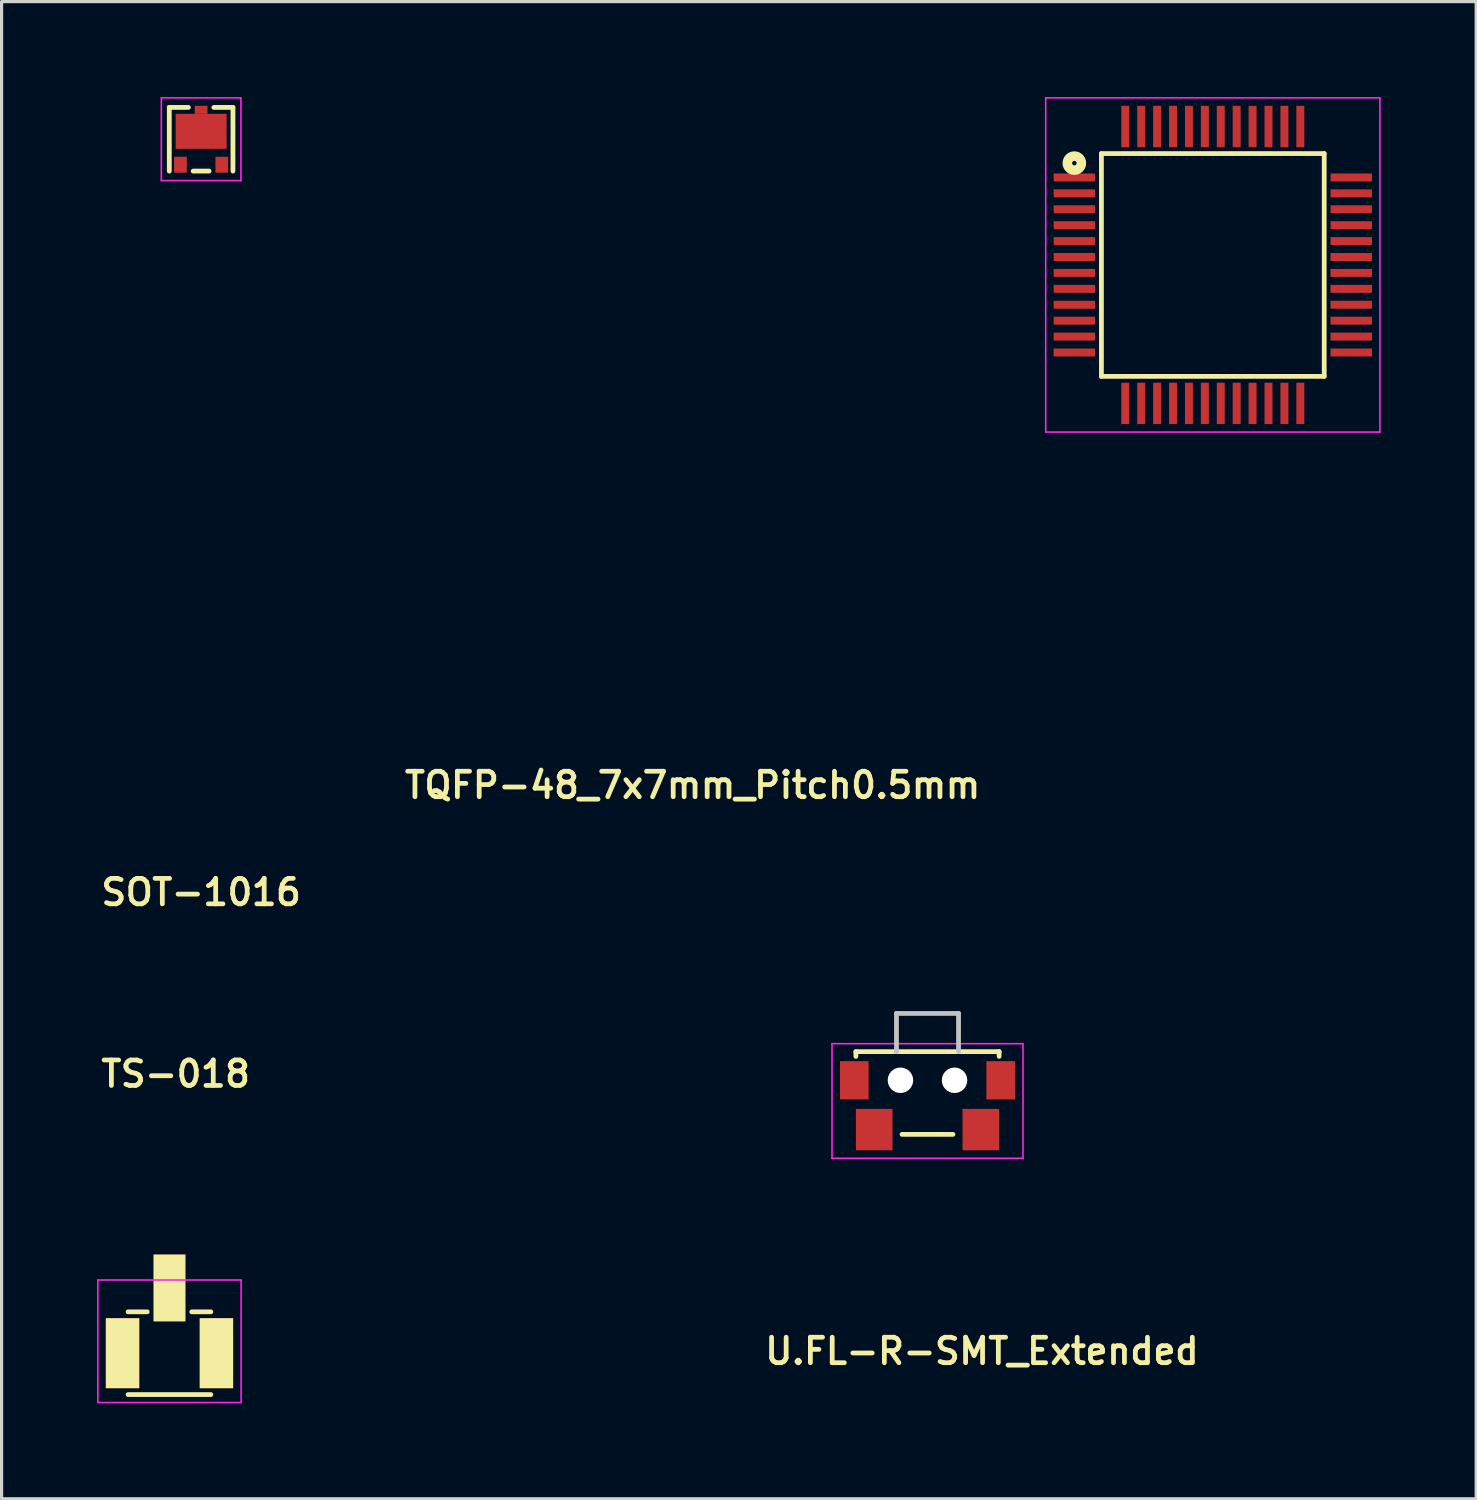
<source format=kicad_pcb>
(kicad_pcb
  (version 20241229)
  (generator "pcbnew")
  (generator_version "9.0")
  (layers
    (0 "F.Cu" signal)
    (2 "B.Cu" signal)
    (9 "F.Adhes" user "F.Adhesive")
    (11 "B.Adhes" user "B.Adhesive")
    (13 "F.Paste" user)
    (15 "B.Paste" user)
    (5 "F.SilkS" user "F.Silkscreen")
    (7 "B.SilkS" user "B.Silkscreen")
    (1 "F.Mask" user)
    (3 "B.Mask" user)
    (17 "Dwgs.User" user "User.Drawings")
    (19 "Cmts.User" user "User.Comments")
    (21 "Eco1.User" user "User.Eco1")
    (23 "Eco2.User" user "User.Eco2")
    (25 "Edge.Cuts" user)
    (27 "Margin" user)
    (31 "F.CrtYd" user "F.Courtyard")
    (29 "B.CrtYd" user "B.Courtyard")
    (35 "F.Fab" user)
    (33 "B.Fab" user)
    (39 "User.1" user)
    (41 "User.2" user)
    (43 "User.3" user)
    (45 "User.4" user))
  (footprint "SOT-1016"
    (layer "F.Cu")
    (at 3.269 1.325)
    (property "Reference" "SOT-1016" (at 0 23.66 0) (layer "F.SilkS") (effects (font (size 0.8 0.8) (thickness 0.15))))
    (attr through_hole)
    (fp_line (start -1 -1) (end -1 1) (stroke (width 0.15) (type solid)) (layer "F.SilkS"))
    (fp_line (start -0.4 -1) (end -1 -1) (stroke (width 0.15) (type solid)) (layer "F.SilkS"))
    (fp_line (start -0.25 1) (end 0.25 1) (stroke (width 0.15) (type solid)) (layer "F.SilkS"))
    (fp_line (start 1 -1) (end 0.4 -1) (stroke (width 0.15) (type solid)) (layer "F.SilkS"))
    (fp_line (start 1 1) (end 1 -1) (stroke (width 0.15) (type solid)) (layer "F.SilkS"))
    (fp_line (start -1.25 -1.3) (end 1.25 -1.3) (stroke (width 0.05) (type solid)) (layer "F.CrtYd"))
    (fp_line (start -1.25 1.3) (end -1.25 -1.3) (stroke (width 0.05) (type solid)) (layer "F.CrtYd"))
    (fp_line (start 1.25 -1.3) (end 1.25 1.3) (stroke (width 0.05) (type solid)) (layer "F.CrtYd"))
    (fp_line (start 1.25 1.3) (end -1.25 1.3) (stroke (width 0.05) (type solid)) (layer "F.CrtYd"))
    (pad "1" smd rect (at -0.65 0.8) (size 0.4 0.5) (layers "F.Cu" "F.Mask" "F.Paste"))
    (pad "2" smd rect (at 0.65 0.8) (size 0.4 0.5) (layers "F.Cu" "F.Mask" "F.Paste"))
    (pad "3" smd rect (at 0 -0.925) (size 0.4 0.25) (layers "F.Cu" "F.Mask" "F.Paste"))
    (pad "3" smd rect (at 0 -0.25) (size 1.6 1.1) (layers "F.Cu" "F.Mask" "F.Paste")))
  (footprint "U.FL-R-SMT_Extended"
    (layer "F.Cu")
    (at 2.275 39.466)
    (property "Reference" "U.FL-R-SMT_Extended" (at 25.527 -0.064 0) (layer "F.SilkS") (effects (font (size 0.8 0.8) (thickness 0.15))))
    (attr through_hole)
    (fp_line (start -1.3 -1.3) (end -0.7 -1.3) (stroke (width 0.15) (type solid)) (layer "F.SilkS"))
    (fp_line (start -1.3 1.3) (end 1.3 1.3) (stroke (width 0.15) (type solid)) (layer "F.SilkS"))
    (fp_line (start 0.7 -1.3) (end 1.3 -1.3) (stroke (width 0.15) (type solid)) (layer "F.SilkS"))
    (fp_line (start -2.25 -2.3) (end -2.25 1.55) (stroke (width 0.05) (type solid)) (layer "F.CrtYd"))
    (fp_line (start -2.25 1.55) (end 2.25 1.55) (stroke (width 0.05) (type solid)) (layer "F.CrtYd"))
    (fp_line (start 2.25 -2.3) (end -2.25 -2.3) (stroke (width 0.05) (type solid)) (layer "F.CrtYd"))
    (fp_line (start 2.25 1.55) (end 2.25 -2.3) (stroke (width 0.05) (type solid)) (layer "F.CrtYd"))
    (pad "1" smd rect (at 0 -2.05) (size 1 2.1) (layers "F.Cu" "F.Mask" "F.SilkS" "F.Paste"))
    (pad "2" smd rect (at -1.475 0) (size 1.05 2.2) (layers "F.Cu" "F.Mask" "F.SilkS" "F.Paste"))
    (pad "3" smd rect (at 1.475 0) (size 1.05 2.2) (layers "F.Cu" "F.Mask" "F.SilkS" "F.Paste")))
  (footprint "TQFP-48_7x7mm_Pitch0.5mm"
    (layer "F.Cu")
    (at 35.055 5.275)
    (property "Reference" "TQFP-48_7x7mm_Pitch0.5mm" (at -16.344 16.344 0) (layer "F.SilkS") (effects (font (size 0.8 0.8) (thickness 0.15))))
    (attr smd)
    (fp_line (start -3.5 -3.5) (end 3.5 -3.5) (stroke (width 0.15) (type solid)) (layer "F.SilkS"))
    (fp_line (start -3.5 3.5) (end -3.5 -3.5) (stroke (width 0.15) (type solid)) (layer "F.SilkS"))
    (fp_line (start -3.5 3.5) (end 3.5 3.5) (stroke (width 0.15) (type solid)) (layer "F.SilkS"))
    (fp_line (start 3.5 3.5) (end 3.5 -3.5) (stroke (width 0.15) (type solid)) (layer "F.SilkS"))
    (fp_circle (center -4.35 -3.2) (end -4.4 -3.25) (stroke (width 0.3) (type solid)) (fill no) (layer "F.SilkS"))
    (fp_line (start -5.25 -5.25) (end -5.25 5.25) (stroke (width 0.05) (type solid)) (layer "F.CrtYd"))
    (fp_line (start -5.25 -5.25) (end 5.25 -5.25) (stroke (width 0.05) (type solid)) (layer "F.CrtYd"))
    (fp_line (start -5.25 5.25) (end 5.25 5.25) (stroke (width 0.05) (type solid)) (layer "F.CrtYd"))
    (fp_line (start 5.25 -5.25) (end 5.25 5.25) (stroke (width 0.05) (type solid)) (layer "F.CrtYd"))
    (pad "1" smd rect (at -4.35 -2.75) (size 1.3 0.25) (layers "F.Cu" "F.Mask" "F.Paste"))
    (pad "2" smd rect (at -4.35 -2.25) (size 1.3 0.25) (layers "F.Cu" "F.Mask" "F.Paste"))
    (pad "3" smd rect (at -4.35 -1.75) (size 1.3 0.25) (layers "F.Cu" "F.Mask" "F.Paste"))
    (pad "4" smd rect (at -4.35 -1.25) (size 1.3 0.25) (layers "F.Cu" "F.Mask" "F.Paste"))
    (pad "5" smd rect (at -4.35 -0.75) (size 1.3 0.25) (layers "F.Cu" "F.Mask" "F.Paste"))
    (pad "6" smd rect (at -4.35 -0.25) (size 1.3 0.25) (layers "F.Cu" "F.Mask" "F.Paste"))
    (pad "7" smd rect (at -4.35 0.25) (size 1.3 0.25) (layers "F.Cu" "F.Mask" "F.Paste"))
    (pad "8" smd rect (at -4.35 0.75) (size 1.3 0.25) (layers "F.Cu" "F.Mask" "F.Paste"))
    (pad "9" smd rect (at -4.35 1.25) (size 1.3 0.25) (layers "F.Cu" "F.Mask" "F.Paste"))
    (pad "10" smd rect (at -4.35 1.75) (size 1.3 0.25) (layers "F.Cu" "F.Mask" "F.Paste"))
    (pad "11" smd rect (at -4.35 2.25) (size 1.3 0.25) (layers "F.Cu" "F.Mask" "F.Paste"))
    (pad "12" smd rect (at -4.35 2.75) (size 1.3 0.25) (layers "F.Cu" "F.Mask" "F.Paste"))
    (pad "13" smd rect (at -2.75 4.35 90) (size 1.3 0.25) (layers "F.Cu" "F.Mask" "F.Paste"))
    (pad "14" smd rect (at -2.25 4.35 90) (size 1.3 0.25) (layers "F.Cu" "F.Mask" "F.Paste"))
    (pad "15" smd rect (at -1.75 4.35 90) (size 1.3 0.25) (layers "F.Cu" "F.Mask" "F.Paste"))
    (pad "16" smd rect (at -1.25 4.35 90) (size 1.3 0.25) (layers "F.Cu" "F.Mask" "F.Paste"))
    (pad "17" smd rect (at -0.75 4.35 90) (size 1.3 0.25) (layers "F.Cu" "F.Mask" "F.Paste"))
    (pad "18" smd rect (at -0.25 4.35 90) (size 1.3 0.25) (layers "F.Cu" "F.Mask" "F.Paste"))
    (pad "19" smd rect (at 0.25 4.35 90) (size 1.3 0.25) (layers "F.Cu" "F.Mask" "F.Paste"))
    (pad "20" smd rect (at 0.75 4.35 90) (size 1.3 0.25) (layers "F.Cu" "F.Mask" "F.Paste"))
    (pad "21" smd rect (at 1.25 4.35 90) (size 1.3 0.25) (layers "F.Cu" "F.Mask" "F.Paste"))
    (pad "22" smd rect (at 1.75 4.35 90) (size 1.3 0.25) (layers "F.Cu" "F.Mask" "F.Paste"))
    (pad "23" smd rect (at 2.25 4.35 90) (size 1.3 0.25) (layers "F.Cu" "F.Mask" "F.Paste"))
    (pad "24" smd rect (at 2.75 4.35 90) (size 1.3 0.25) (layers "F.Cu" "F.Mask" "F.Paste"))
    (pad "25" smd rect (at 4.35 2.75) (size 1.3 0.25) (layers "F.Cu" "F.Mask" "F.Paste"))
    (pad "26" smd rect (at 4.35 2.25) (size 1.3 0.25) (layers "F.Cu" "F.Mask" "F.Paste"))
    (pad "27" smd rect (at 4.35 1.75) (size 1.3 0.25) (layers "F.Cu" "F.Mask" "F.Paste"))
    (pad "28" smd rect (at 4.35 1.25) (size 1.3 0.25) (layers "F.Cu" "F.Mask" "F.Paste"))
    (pad "29" smd rect (at 4.35 0.75) (size 1.3 0.25) (layers "F.Cu" "F.Mask" "F.Paste"))
    (pad "30" smd rect (at 4.35 0.25) (size 1.3 0.25) (layers "F.Cu" "F.Mask" "F.Paste"))
    (pad "31" smd rect (at 4.35 -0.25) (size 1.3 0.25) (layers "F.Cu" "F.Mask" "F.Paste"))
    (pad "32" smd rect (at 4.35 -0.75) (size 1.3 0.25) (layers "F.Cu" "F.Mask" "F.Paste"))
    (pad "33" smd rect (at 4.35 -1.25) (size 1.3 0.25) (layers "F.Cu" "F.Mask" "F.Paste"))
    (pad "34" smd rect (at 4.35 -1.75) (size 1.3 0.25) (layers "F.Cu" "F.Mask" "F.Paste"))
    (pad "35" smd rect (at 4.35 -2.25) (size 1.3 0.25) (layers "F.Cu" "F.Mask" "F.Paste"))
    (pad "36" smd rect (at 4.35 -2.75) (size 1.3 0.25) (layers "F.Cu" "F.Mask" "F.Paste"))
    (pad "37" smd rect (at 2.75 -4.35 90) (size 1.3 0.25) (layers "F.Cu" "F.Mask" "F.Paste"))
    (pad "38" smd rect (at 2.25 -4.35 90) (size 1.3 0.25) (layers "F.Cu" "F.Mask" "F.Paste"))
    (pad "39" smd rect (at 1.75 -4.35 90) (size 1.3 0.25) (layers "F.Cu" "F.Mask" "F.Paste"))
    (pad "40" smd rect (at 1.25 -4.35 90) (size 1.3 0.25) (layers "F.Cu" "F.Mask" "F.Paste"))
    (pad "41" smd rect (at 0.75 -4.35 90) (size 1.3 0.25) (layers "F.Cu" "F.Mask" "F.Paste"))
    (pad "42" smd rect (at 0.25 -4.35 90) (size 1.3 0.25) (layers "F.Cu" "F.Mask" "F.Paste"))
    (pad "43" smd rect (at -0.25 -4.35 90) (size 1.3 0.25) (layers "F.Cu" "F.Mask" "F.Paste"))
    (pad "44" smd rect (at -0.75 -4.35 90) (size 1.3 0.25) (layers "F.Cu" "F.Mask" "F.Paste"))
    (pad "45" smd rect (at -1.25 -4.35 90) (size 1.3 0.25) (layers "F.Cu" "F.Mask" "F.Paste"))
    (pad "46" smd rect (at -1.75 -4.35 90) (size 1.3 0.25) (layers "F.Cu" "F.Mask" "F.Paste"))
    (pad "47" smd rect (at -2.25 -4.35 90) (size 1.3 0.25) (layers "F.Cu" "F.Mask" "F.Paste"))
    (pad "48" smd rect (at -2.75 -4.35 90) (size 1.3 0.25) (layers "F.Cu" "F.Mask" "F.Paste")))
  (footprint "TS-018"
    (layer "F.Cu")
    (at 26.091 30.691)
    (property "Reference" "TS-018" (at -23.622 0 0) (layer "F.SilkS") (effects (font (size 0.8 0.8) (thickness 0.15))))
    (attr through_hole)
    (fp_line (start -2.25 -0.7) (end 2.25 -0.7) (stroke (width 0.15) (type solid)) (layer "F.SilkS"))
    (fp_line (start -2.25 -0.55) (end -2.25 -0.7) (stroke (width 0.15) (type solid)) (layer "F.SilkS"))
    (fp_line (start -0.8 1.9) (end 0.8 1.9) (stroke (width 0.15) (type solid)) (layer "F.SilkS"))
    (fp_line (start 2.25 -0.7) (end 2.25 -0.55) (stroke (width 0.15) (type solid)) (layer "F.SilkS"))
    (fp_line (start -0.975 -1.9) (end 0.975 -1.9) (stroke (width 0.15) (type solid)) (layer "Dwgs.User"))
    (fp_line (start -0.975 -0.7) (end -0.975 -1.9) (stroke (width 0.15) (type solid)) (layer "Dwgs.User"))
    (fp_line (start 0.975 -0.7) (end 0.975 -1.9) (stroke (width 0.15) (type solid)) (layer "Dwgs.User"))
    (fp_line (start -3 -0.95) (end 3 -0.95) (stroke (width 0.05) (type solid)) (layer "F.CrtYd"))
    (fp_line (start -3 2.65) (end -3 -0.95) (stroke (width 0.05) (type solid)) (layer "F.CrtYd"))
    (fp_line (start 3 -0.95) (end 3 2.65) (stroke (width 0.05) (type solid)) (layer "F.CrtYd"))
    (fp_line (start 3 2.65) (end -3 2.65) (stroke (width 0.05) (type solid)) (layer "F.CrtYd"))
    (pad "" np_thru_hole circle (at -0.85 0.2) (size 0.8 0.8) (drill 0.8) (layers "*.Cu" "*.Mask"))
    (pad "" np_thru_hole circle (at 0.85 0.2) (size 0.8 0.8) (drill 0.8) (layers "*.Cu" "*.Mask"))
    (pad "1" smd rect (at -1.675 1.75) (size 1.15 1.3) (layers "F.Cu" "F.Mask" "F.Paste"))
    (pad "2" smd rect (at 1.675 1.75) (size 1.15 1.3) (layers "F.Cu" "F.Mask" "F.Paste"))
    (pad "3" smd rect (at 2.3 0.2) (size 0.9 1.2) (layers "F.Cu" "F.Mask" "F.Paste"))
    (pad "4" smd rect (at -2.3 0.2) (size 0.9 1.2) (layers "F.Cu" "F.Mask" "F.Paste")))
  (gr_rect
    (start -3 -3)
    (end 43.33 44.041)
    (stroke (width 0.1) (type default))
    (fill no)
    (layer "Edge.Cuts")))
</source>
